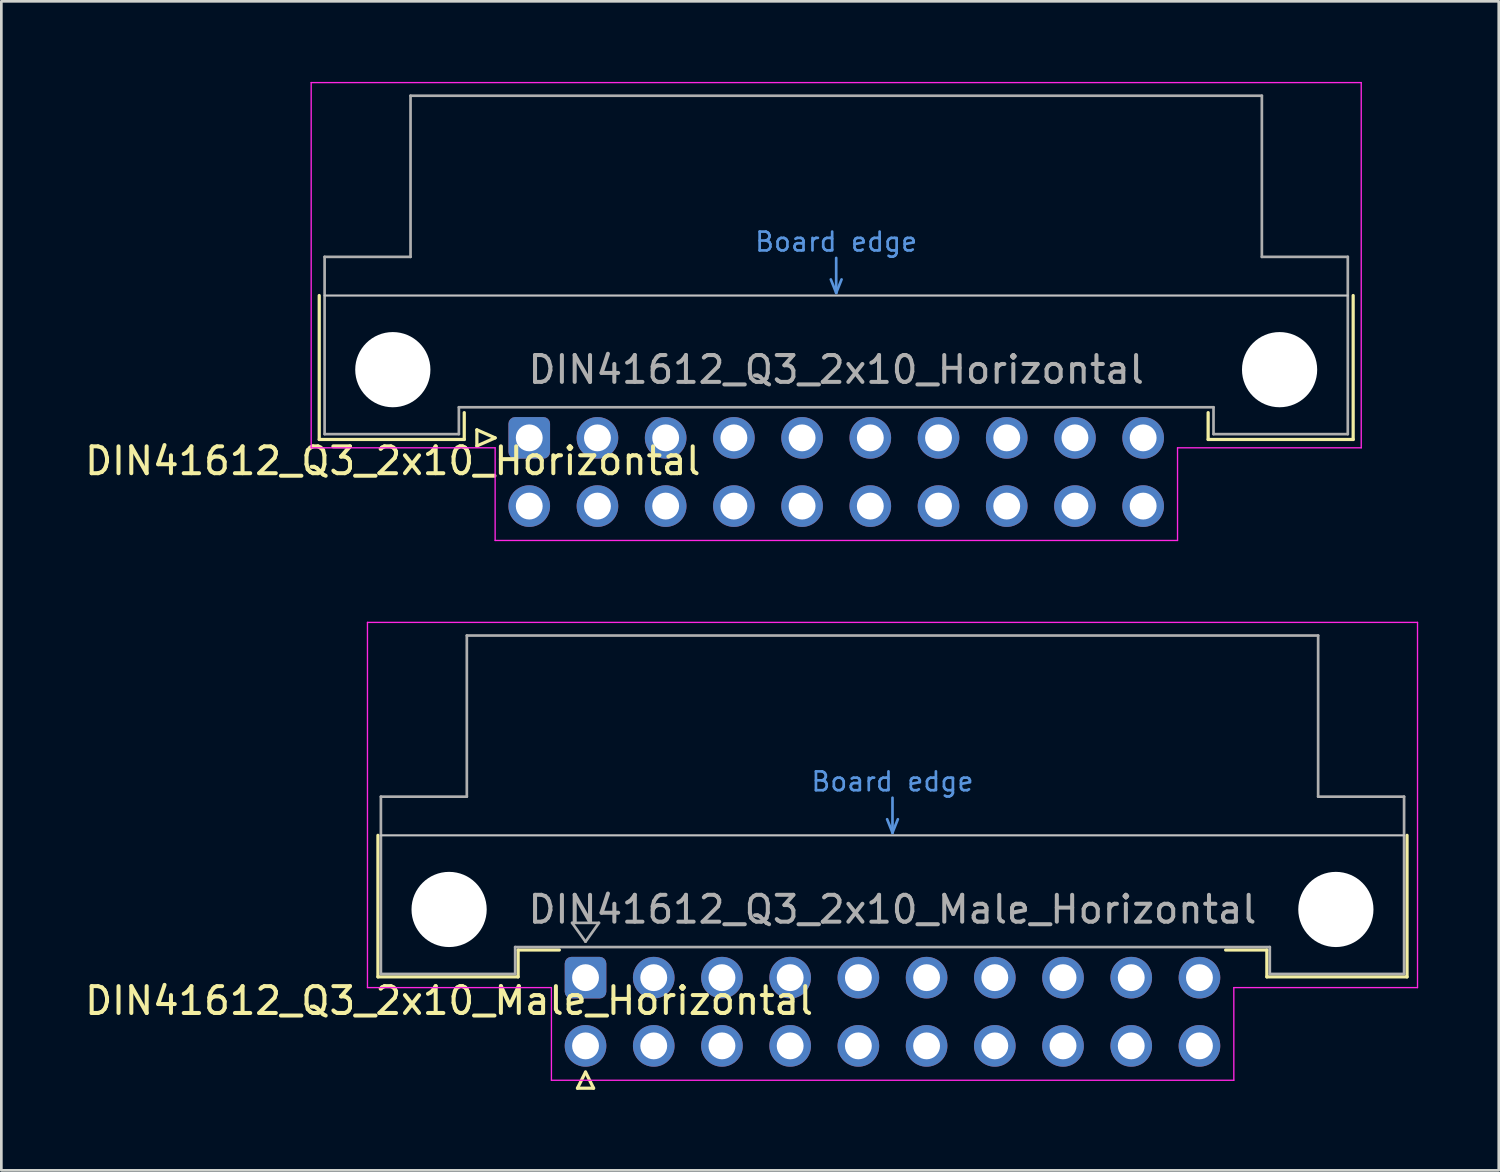
<source format=kicad_pcb>
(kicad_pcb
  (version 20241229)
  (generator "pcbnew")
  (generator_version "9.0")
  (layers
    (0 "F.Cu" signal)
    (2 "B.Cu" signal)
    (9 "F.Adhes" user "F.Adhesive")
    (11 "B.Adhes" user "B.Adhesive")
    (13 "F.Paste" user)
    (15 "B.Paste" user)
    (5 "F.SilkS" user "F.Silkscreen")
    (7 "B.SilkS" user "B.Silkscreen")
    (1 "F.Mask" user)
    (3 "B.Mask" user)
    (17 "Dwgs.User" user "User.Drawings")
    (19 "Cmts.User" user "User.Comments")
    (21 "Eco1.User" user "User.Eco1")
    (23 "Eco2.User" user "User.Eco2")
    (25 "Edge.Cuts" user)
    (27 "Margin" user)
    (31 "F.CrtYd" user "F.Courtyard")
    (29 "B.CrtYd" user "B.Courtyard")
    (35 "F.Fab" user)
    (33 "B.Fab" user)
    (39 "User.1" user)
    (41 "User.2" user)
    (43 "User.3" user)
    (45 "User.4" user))
  (footprint "DIN41612_Q3_2x10_Horizontal"
    (layer "F.Cu")
    (at 16.657 13.255)
    (property "Reference" "DIN41612_Q3_2x10_Horizontal" (at -5.08 0.86 0) (layer "F.SilkS") (effects (font (size 1 1) (thickness 0.15))))
    (attr through_hole)
    (fp_line (start -7.82 -5.3) (end -7.82 0.06) (stroke (width 0.12) (type solid)) (layer "F.SilkS"))
    (fp_line (start -7.82 0.06) (end -2.42 0.06) (stroke (width 0.12) (type solid)) (layer "F.SilkS"))
    (fp_line (start -2.42 0.06) (end -2.42 -0.94) (stroke (width 0.12) (type solid)) (layer "F.SilkS"))
    (fp_line (start -1.95 -0.3) (end -1.95 0.3) (stroke (width 0.12) (type solid)) (layer "F.SilkS"))
    (fp_line (start -1.95 0.3) (end -1.27 0) (stroke (width 0.12) (type solid)) (layer "F.SilkS"))
    (fp_line (start -1.27 0) (end -1.95 -0.3) (stroke (width 0.12) (type solid)) (layer "F.SilkS"))
    (fp_line (start 25.28 0.06) (end 25.28 -0.94) (stroke (width 0.12) (type solid)) (layer "F.SilkS"))
    (fp_line (start 30.68 -5.3) (end 30.68 0.06) (stroke (width 0.12) (type solid)) (layer "F.SilkS"))
    (fp_line (start 30.68 0.06) (end 25.28 0.06) (stroke (width 0.12) (type solid)) (layer "F.SilkS"))
    (fp_line (start -7.62 -5.3) (end 30.48 -5.3) (stroke (width 0.08) (type solid)) (layer "Dwgs.User"))
    (fp_line (start 11.23 -5.9) (end 11.43 -5.4) (stroke (width 0.1) (type solid)) (layer "Cmts.User"))
    (fp_line (start 11.43 -5.4) (end 11.43 -6.7) (stroke (width 0.1) (type solid)) (layer "Cmts.User"))
    (fp_line (start 11.43 -5.4) (end 11.63 -5.9) (stroke (width 0.1) (type solid)) (layer "Cmts.User"))
    (fp_line (start -8.12 -13.23) (end -8.12 0.37) (stroke (width 0.05) (type solid)) (layer "F.CrtYd"))
    (fp_line (start -8.12 0.37) (end -1.27 0.37) (stroke (width 0.05) (type solid)) (layer "F.CrtYd"))
    (fp_line (start -1.27 0.37) (end -1.27 3.82) (stroke (width 0.05) (type solid)) (layer "F.CrtYd"))
    (fp_line (start -1.27 3.82) (end 24.14 3.82) (stroke (width 0.05) (type solid)) (layer "F.CrtYd"))
    (fp_line (start 24.14 0.37) (end 30.98 0.37) (stroke (width 0.05) (type solid)) (layer "F.CrtYd"))
    (fp_line (start 24.14 3.82) (end 24.14 0.37) (stroke (width 0.05) (type solid)) (layer "F.CrtYd"))
    (fp_line (start 30.98 -13.23) (end -8.12 -13.23) (stroke (width 0.05) (type solid)) (layer "F.CrtYd"))
    (fp_line (start 30.98 0.37) (end 30.98 -13.23) (stroke (width 0.05) (type solid)) (layer "F.CrtYd"))
    (fp_line (start -7.62 -6.74) (end -7.62 -0.14) (stroke (width 0.1) (type solid)) (layer "F.Fab"))
    (fp_line (start -7.62 -0.14) (end -2.62 -0.14) (stroke (width 0.1) (type solid)) (layer "F.Fab"))
    (fp_line (start -4.42 -12.74) (end -4.42 -6.74) (stroke (width 0.1) (type solid)) (layer "F.Fab"))
    (fp_line (start -4.42 -6.74) (end -7.62 -6.74) (stroke (width 0.1) (type solid)) (layer "F.Fab"))
    (fp_line (start -2.62 -1.14) (end 25.48 -1.14) (stroke (width 0.1) (type solid)) (layer "F.Fab"))
    (fp_line (start -2.62 -0.14) (end -2.62 -1.14) (stroke (width 0.1) (type solid)) (layer "F.Fab"))
    (fp_line (start 25.48 -1.14) (end 25.48 -0.14) (stroke (width 0.1) (type solid)) (layer "F.Fab"))
    (fp_line (start 25.48 -0.14) (end 30.48 -0.14) (stroke (width 0.1) (type solid)) (layer "F.Fab"))
    (fp_line (start 27.28 -12.74) (end -4.42 -12.74) (stroke (width 0.1) (type solid)) (layer "F.Fab"))
    (fp_line (start 27.28 -6.74) (end 27.28 -12.74) (stroke (width 0.1) (type solid)) (layer "F.Fab"))
    (fp_line (start 30.48 -6.74) (end 27.28 -6.74) (stroke (width 0.1) (type solid)) (layer "F.Fab"))
    (fp_line (start 30.48 -0.14) (end 30.48 -6.74) (stroke (width 0.1) (type solid)) (layer "F.Fab"))
    (fp_text user "Board edge" (at 11.43 -7.3 0) (layer "Cmts.User") (effects (font (size 0.7 0.7) (thickness 0.1))))
    (fp_text user "${REFERENCE}" (at 11.43 -2.54 0) (layer "F.Fab") (effects (font (size 1 1) (thickness 0.15))))
    (pad "" np_thru_hole circle (at -5.08 -2.54) (size 2.8 2.8) (drill 2.8) (layers "*.Cu" "*.Mask"))
    (pad "" np_thru_hole circle (at 27.94 -2.54) (size 2.8 2.8) (drill 2.8) (layers "*.Cu" "*.Mask"))
    (pad "a1" thru_hole roundrect (at 0 0) (size 1.55 1.55) (drill 1) (layers "*.Cu" "*.Mask") (roundrect_rratio 0.161))
    (pad "a2" thru_hole circle (at 2.54 0) (size 1.55 1.55) (drill 1) (layers "*.Cu" "*.Mask"))
    (pad "a3" thru_hole circle (at 5.08 0) (size 1.55 1.55) (drill 1) (layers "*.Cu" "*.Mask"))
    (pad "a4" thru_hole circle (at 7.62 0) (size 1.55 1.55) (drill 1) (layers "*.Cu" "*.Mask"))
    (pad "a5" thru_hole circle (at 10.16 0) (size 1.55 1.55) (drill 1) (layers "*.Cu" "*.Mask"))
    (pad "a6" thru_hole circle (at 12.7 0) (size 1.55 1.55) (drill 1) (layers "*.Cu" "*.Mask"))
    (pad "a7" thru_hole circle (at 15.24 0) (size 1.55 1.55) (drill 1) (layers "*.Cu" "*.Mask"))
    (pad "a8" thru_hole circle (at 17.78 0) (size 1.55 1.55) (drill 1) (layers "*.Cu" "*.Mask"))
    (pad "a9" thru_hole circle (at 20.32 0) (size 1.55 1.55) (drill 1) (layers "*.Cu" "*.Mask"))
    (pad "a10" thru_hole circle (at 22.86 0) (size 1.55 1.55) (drill 1) (layers "*.Cu" "*.Mask"))
    (pad "b1" thru_hole circle (at 0 2.54) (size 1.55 1.55) (drill 1) (layers "*.Cu" "*.Mask"))
    (pad "b2" thru_hole circle (at 2.54 2.54) (size 1.55 1.55) (drill 1) (layers "*.Cu" "*.Mask"))
    (pad "b3" thru_hole circle (at 5.08 2.54) (size 1.55 1.55) (drill 1) (layers "*.Cu" "*.Mask"))
    (pad "b4" thru_hole circle (at 7.62 2.54) (size 1.55 1.55) (drill 1) (layers "*.Cu" "*.Mask"))
    (pad "b5" thru_hole circle (at 10.16 2.54) (size 1.55 1.55) (drill 1) (layers "*.Cu" "*.Mask"))
    (pad "b6" thru_hole circle (at 12.7 2.54) (size 1.55 1.55) (drill 1) (layers "*.Cu" "*.Mask"))
    (pad "b7" thru_hole circle (at 15.24 2.54) (size 1.55 1.55) (drill 1) (layers "*.Cu" "*.Mask"))
    (pad "b8" thru_hole circle (at 17.78 2.54) (size 1.55 1.55) (drill 1) (layers "*.Cu" "*.Mask"))
    (pad "b9" thru_hole circle (at 20.32 2.54) (size 1.55 1.55) (drill 1) (layers "*.Cu" "*.Mask"))
    (pad "b10" thru_hole circle (at 22.86 2.54) (size 1.55 1.55) (drill 1) (layers "*.Cu" "*.Mask")))
  (footprint "DIN41612_Q3_2x10_Male_Horizontal"
    (layer "F.Cu")
    (at 18.753 33.355)
    (property "Reference" "DIN41612_Q3_2x10_Male_Horizontal" (at -5.08 0.86 0) (layer "F.SilkS") (effects (font (size 1 1) (thickness 0.15))))
    (attr through_hole)
    (fp_line (start -7.73 -5.3) (end -7.73 -0.03) (stroke (width 0.12) (type solid)) (layer "F.SilkS"))
    (fp_line (start -7.73 -0.03) (end -2.51 -0.03) (stroke (width 0.12) (type solid)) (layer "F.SilkS"))
    (fp_line (start -2.51 -1.03) (end -0.975 -1.03) (stroke (width 0.12) (type solid)) (layer "F.SilkS"))
    (fp_line (start -2.51 -0.03) (end -2.51 -1.03) (stroke (width 0.12) (type solid)) (layer "F.SilkS"))
    (fp_line (start -0.3 4.115) (end 0.3 4.115) (stroke (width 0.12) (type solid)) (layer "F.SilkS"))
    (fp_line (start 0 3.515) (end -0.3 4.115) (stroke (width 0.12) (type solid)) (layer "F.SilkS"))
    (fp_line (start 0.3 4.115) (end 0 3.515) (stroke (width 0.12) (type solid)) (layer "F.SilkS"))
    (fp_line (start 25.37 -1.03) (end 23.835 -1.03) (stroke (width 0.12) (type solid)) (layer "F.SilkS"))
    (fp_line (start 25.37 -0.03) (end 25.37 -1.03) (stroke (width 0.12) (type solid)) (layer "F.SilkS"))
    (fp_line (start 30.59 -5.3) (end 30.59 -0.03) (stroke (width 0.12) (type solid)) (layer "F.SilkS"))
    (fp_line (start 30.59 -0.03) (end 25.37 -0.03) (stroke (width 0.12) (type solid)) (layer "F.SilkS"))
    (fp_line (start -7.62 -5.3) (end 30.48 -5.3) (stroke (width 0.08) (type solid)) (layer "Dwgs.User"))
    (fp_line (start 11.23 -5.9) (end 11.43 -5.4) (stroke (width 0.1) (type solid)) (layer "Cmts.User"))
    (fp_line (start 11.43 -5.4) (end 11.43 -6.7) (stroke (width 0.1) (type solid)) (layer "Cmts.User"))
    (fp_line (start 11.43 -5.4) (end 11.63 -5.9) (stroke (width 0.1) (type solid)) (layer "Cmts.User"))
    (fp_line (start -8.12 -13.23) (end -8.12 0.37) (stroke (width 0.05) (type solid)) (layer "F.CrtYd"))
    (fp_line (start -8.12 0.37) (end -1.27 0.37) (stroke (width 0.05) (type solid)) (layer "F.CrtYd"))
    (fp_line (start -1.27 0.37) (end -1.27 3.82) (stroke (width 0.05) (type solid)) (layer "F.CrtYd"))
    (fp_line (start -1.27 3.82) (end 24.14 3.82) (stroke (width 0.05) (type solid)) (layer "F.CrtYd"))
    (fp_line (start 24.14 0.37) (end 30.98 0.37) (stroke (width 0.05) (type solid)) (layer "F.CrtYd"))
    (fp_line (start 24.14 3.82) (end 24.14 0.37) (stroke (width 0.05) (type solid)) (layer "F.CrtYd"))
    (fp_line (start 30.98 -13.23) (end -8.12 -13.23) (stroke (width 0.05) (type solid)) (layer "F.CrtYd"))
    (fp_line (start 30.98 0.37) (end 30.98 -13.23) (stroke (width 0.05) (type solid)) (layer "F.CrtYd"))
    (fp_line (start -7.62 -6.74) (end -7.62 -0.14) (stroke (width 0.1) (type solid)) (layer "F.Fab"))
    (fp_line (start -7.62 -0.14) (end -2.62 -0.14) (stroke (width 0.1) (type solid)) (layer "F.Fab"))
    (fp_line (start -4.42 -12.74) (end -4.42 -6.74) (stroke (width 0.1) (type solid)) (layer "F.Fab"))
    (fp_line (start -4.42 -6.74) (end -7.62 -6.74) (stroke (width 0.1) (type solid)) (layer "F.Fab"))
    (fp_line (start -2.62 -1.14) (end 25.48 -1.14) (stroke (width 0.1) (type solid)) (layer "F.Fab"))
    (fp_line (start -2.62 -0.14) (end -2.62 -1.14) (stroke (width 0.1) (type solid)) (layer "F.Fab"))
    (fp_line (start -0.5 -2.04) (end 0.5 -2.04) (stroke (width 0.1) (type solid)) (layer "F.Fab"))
    (fp_line (start 0 -1.34) (end -0.5 -2.04) (stroke (width 0.1) (type solid)) (layer "F.Fab"))
    (fp_line (start 0.5 -2.04) (end 0 -1.34) (stroke (width 0.1) (type solid)) (layer "F.Fab"))
    (fp_line (start 25.48 -1.14) (end 25.48 -0.14) (stroke (width 0.1) (type solid)) (layer "F.Fab"))
    (fp_line (start 25.48 -0.14) (end 30.48 -0.14) (stroke (width 0.1) (type solid)) (layer "F.Fab"))
    (fp_line (start 27.28 -12.74) (end -4.42 -12.74) (stroke (width 0.1) (type solid)) (layer "F.Fab"))
    (fp_line (start 27.28 -6.74) (end 27.28 -12.74) (stroke (width 0.1) (type solid)) (layer "F.Fab"))
    (fp_line (start 30.48 -6.74) (end 27.28 -6.74) (stroke (width 0.1) (type solid)) (layer "F.Fab"))
    (fp_line (start 30.48 -0.14) (end 30.48 -6.74) (stroke (width 0.1) (type solid)) (layer "F.Fab"))
    (fp_text user "Board edge" (at 11.43 -7.3 0) (layer "Cmts.User") (effects (font (size 0.7 0.7) (thickness 0.1))))
    (fp_text user "${REFERENCE}" (at 11.43 -2.54 0) (layer "F.Fab") (effects (font (size 1 1) (thickness 0.15))))
    (pad "" np_thru_hole circle (at -5.08 -2.54) (size 2.8 2.8) (drill 2.8) (layers "*.Cu" "*.Mask"))
    (pad "" np_thru_hole circle (at 27.94 -2.54) (size 2.8 2.8) (drill 2.8) (layers "*.Cu" "*.Mask"))
    (pad "a1" thru_hole roundrect (at 0 0) (size 1.55 1.55) (drill 1) (layers "*.Cu" "*.Mask") (roundrect_rratio 0.161))
    (pad "a2" thru_hole circle (at 2.54 0) (size 1.55 1.55) (drill 1) (layers "*.Cu" "*.Mask"))
    (pad "a3" thru_hole circle (at 5.08 0) (size 1.55 1.55) (drill 1) (layers "*.Cu" "*.Mask"))
    (pad "a4" thru_hole circle (at 7.62 0) (size 1.55 1.55) (drill 1) (layers "*.Cu" "*.Mask"))
    (pad "a5" thru_hole circle (at 10.16 0) (size 1.55 1.55) (drill 1) (layers "*.Cu" "*.Mask"))
    (pad "a6" thru_hole circle (at 12.7 0) (size 1.55 1.55) (drill 1) (layers "*.Cu" "*.Mask"))
    (pad "a7" thru_hole circle (at 15.24 0) (size 1.55 1.55) (drill 1) (layers "*.Cu" "*.Mask"))
    (pad "a8" thru_hole circle (at 17.78 0) (size 1.55 1.55) (drill 1) (layers "*.Cu" "*.Mask"))
    (pad "a9" thru_hole circle (at 20.32 0) (size 1.55 1.55) (drill 1) (layers "*.Cu" "*.Mask"))
    (pad "a10" thru_hole circle (at 22.86 0) (size 1.55 1.55) (drill 1) (layers "*.Cu" "*.Mask"))
    (pad "b1" thru_hole circle (at 0 2.54) (size 1.55 1.55) (drill 1) (layers "*.Cu" "*.Mask"))
    (pad "b2" thru_hole circle (at 2.54 2.54) (size 1.55 1.55) (drill 1) (layers "*.Cu" "*.Mask"))
    (pad "b3" thru_hole circle (at 5.08 2.54) (size 1.55 1.55) (drill 1) (layers "*.Cu" "*.Mask"))
    (pad "b4" thru_hole circle (at 7.62 2.54) (size 1.55 1.55) (drill 1) (layers "*.Cu" "*.Mask"))
    (pad "b5" thru_hole circle (at 10.16 2.54) (size 1.55 1.55) (drill 1) (layers "*.Cu" "*.Mask"))
    (pad "b6" thru_hole circle (at 12.7 2.54) (size 1.55 1.55) (drill 1) (layers "*.Cu" "*.Mask"))
    (pad "b7" thru_hole circle (at 15.24 2.54) (size 1.55 1.55) (drill 1) (layers "*.Cu" "*.Mask"))
    (pad "b8" thru_hole circle (at 17.78 2.54) (size 1.55 1.55) (drill 1) (layers "*.Cu" "*.Mask"))
    (pad "b9" thru_hole circle (at 20.32 2.54) (size 1.55 1.55) (drill 1) (layers "*.Cu" "*.Mask"))
    (pad "b10" thru_hole circle (at 22.86 2.54) (size 1.55 1.55) (drill 1) (layers "*.Cu" "*.Mask")))
  (gr_rect
    (start -3 -3)
    (end 52.758 40.53)
    (stroke (width 0.1) (type default))
    (fill no)
    (layer "Edge.Cuts")))
</source>
